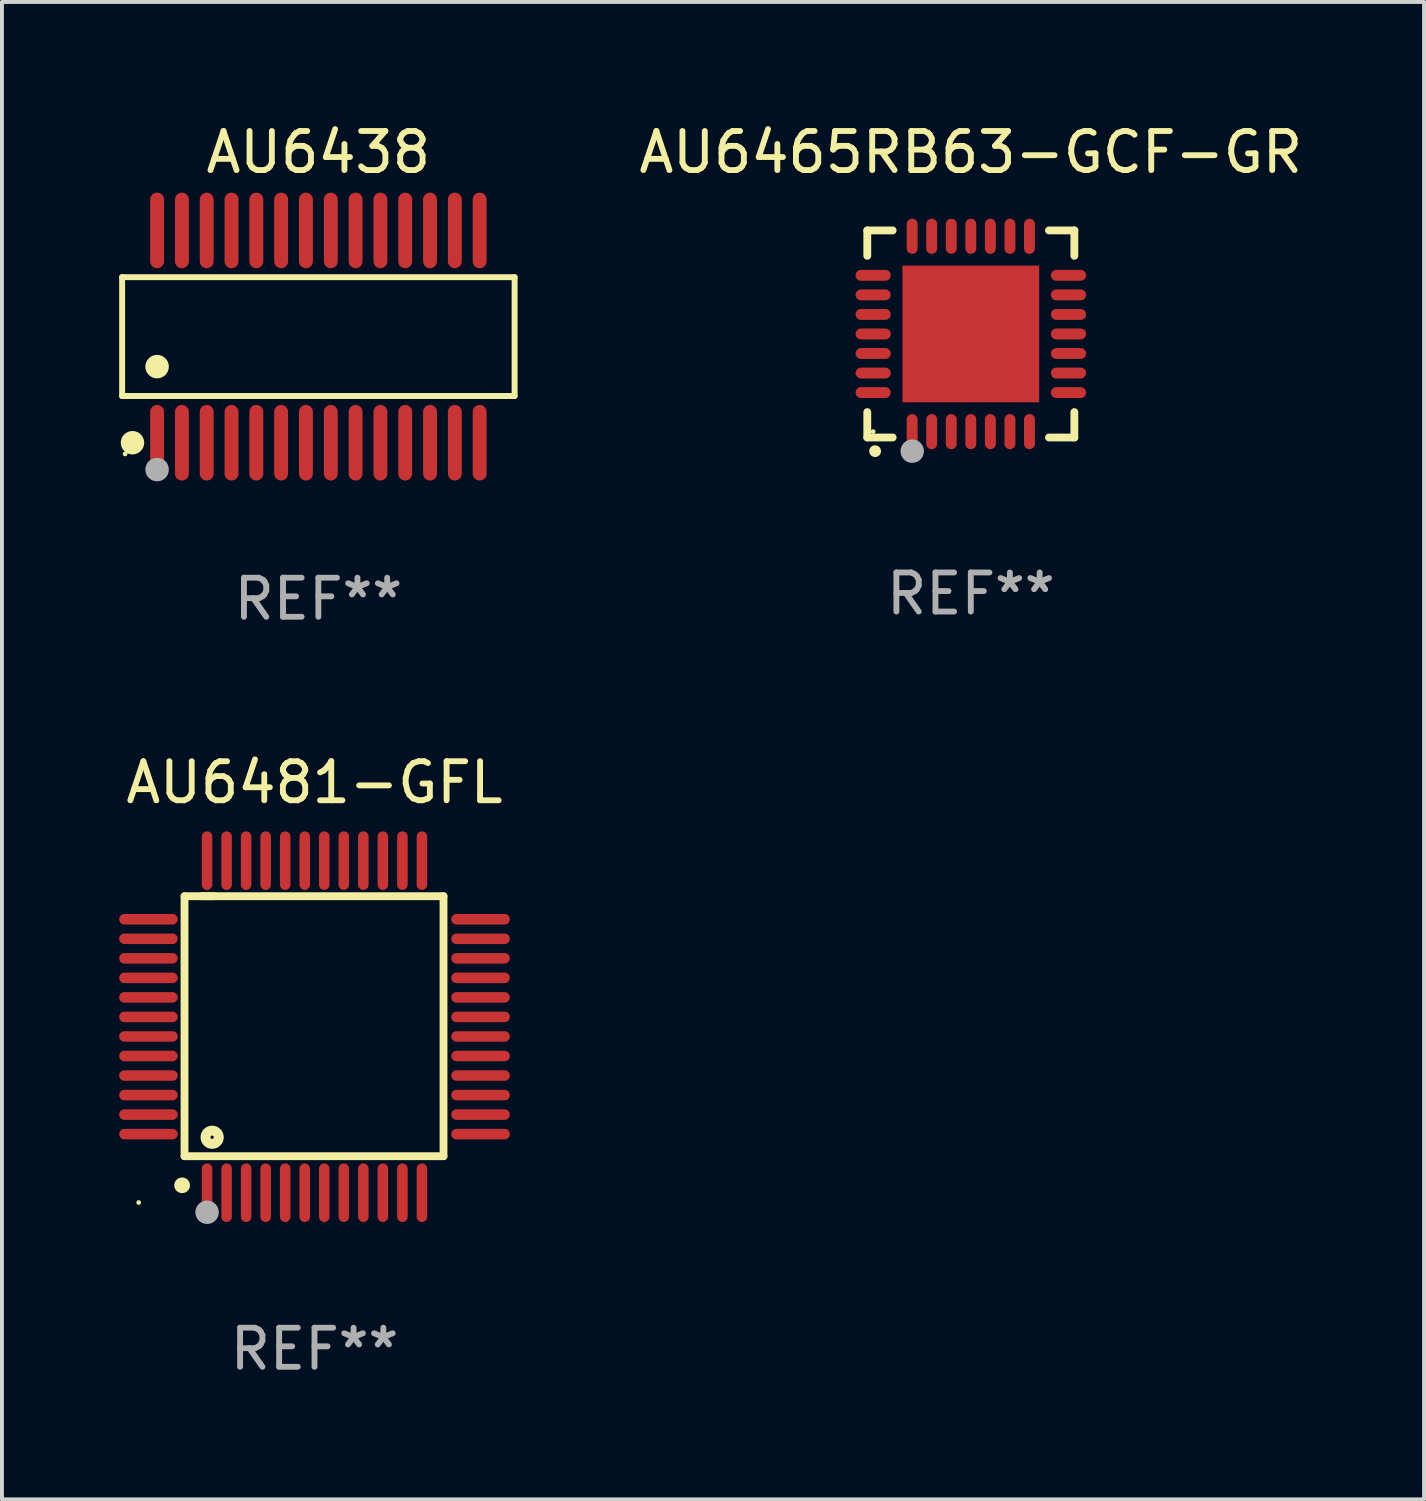
<source format=kicad_pcb>
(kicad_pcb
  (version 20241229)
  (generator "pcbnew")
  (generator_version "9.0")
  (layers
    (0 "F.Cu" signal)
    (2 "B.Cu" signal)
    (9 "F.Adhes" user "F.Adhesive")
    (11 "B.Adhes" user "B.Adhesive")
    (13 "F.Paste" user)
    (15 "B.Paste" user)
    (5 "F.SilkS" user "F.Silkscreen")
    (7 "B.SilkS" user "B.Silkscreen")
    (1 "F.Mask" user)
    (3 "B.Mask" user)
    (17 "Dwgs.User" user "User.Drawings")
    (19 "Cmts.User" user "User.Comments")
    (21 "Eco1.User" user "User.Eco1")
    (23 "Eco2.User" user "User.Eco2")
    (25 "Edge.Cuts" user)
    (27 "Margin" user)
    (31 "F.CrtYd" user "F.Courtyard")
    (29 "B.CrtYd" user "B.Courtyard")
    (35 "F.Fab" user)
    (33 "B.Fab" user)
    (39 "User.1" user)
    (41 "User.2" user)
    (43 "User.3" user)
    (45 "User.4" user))
  (footprint "AU6481-GFL"
    (layer "F.Cu")
    (at 5 23.229)
    (property "Reference" "AU6481-GFL" (at 0 -6.25 0) (layer "F.SilkS") (effects (font (size 1 1) (thickness 0.15))))
    (attr through_hole)
    (fp_line (start -3.327 -3.34) (end -2.565 -3.34) (stroke (width 0.2) (type solid)) (layer "F.SilkS"))
    (fp_line (start -3.327 3.315) (end -3.327 -3.34) (stroke (width 0.2) (type solid)) (layer "F.SilkS"))
    (fp_line (start -2.896 -3.34) (end 3.302 -3.34) (stroke (width 0.2) (type solid)) (layer "F.SilkS"))
    (fp_line (start 3.302 -3.34) (end 3.302 3.315) (stroke (width 0.2) (type solid)) (layer "F.SilkS"))
    (fp_line (start 3.302 3.315) (end -3.327 3.315) (stroke (width 0.2) (type solid)) (layer "F.SilkS"))
    (fp_arc (start -3.389992 4.059995) (mid -3.388722 4.059991) (end -3.387452 4.059995) (stroke (width 0.4) (type solid)) (layer "F.SilkS"))
    (fp_circle (center -4.5 4.5) (end -4.47 4.5) (stroke (width 0.06) (type solid)) (fill no) (layer "F.SilkS"))
    (fp_circle (center -2.62 2.83) (end -2.45 2.83) (stroke (width 0.254) (type solid)) (fill no) (layer "F.SilkS"))
    (fp_circle (center -2.75 4.75) (end -2.6 4.75) (stroke (width 0.3) (type solid)) (fill no) (layer "F.Fab"))
    (fp_text user "REF**" (at 0 8.25 0) (layer "F.Fab") (effects (font (size 1 1) (thickness 0.15))))
    (pad "1" smd oval (at -2.75 4.25) (size 0.27 1.5) (layers "F.Cu" "F.Mask" "F.Paste"))
    (pad "2" smd oval (at -2.25 4.25) (size 0.27 1.5) (layers "F.Cu" "F.Mask" "F.Paste"))
    (pad "3" smd oval (at -1.75 4.25) (size 0.27 1.5) (layers "F.Cu" "F.Mask" "F.Paste"))
    (pad "4" smd oval (at -1.25 4.25) (size 0.27 1.5) (layers "F.Cu" "F.Mask" "F.Paste"))
    (pad "5" smd oval (at -0.75 4.25) (size 0.27 1.5) (layers "F.Cu" "F.Mask" "F.Paste"))
    (pad "6" smd oval (at -0.25 4.25) (size 0.27 1.5) (layers "F.Cu" "F.Mask" "F.Paste"))
    (pad "7" smd oval (at 0.25 4.25) (size 0.27 1.5) (layers "F.Cu" "F.Mask" "F.Paste"))
    (pad "8" smd oval (at 0.75 4.25) (size 0.27 1.5) (layers "F.Cu" "F.Mask" "F.Paste"))
    (pad "9" smd oval (at 1.25 4.25) (size 0.27 1.5) (layers "F.Cu" "F.Mask" "F.Paste"))
    (pad "10" smd oval (at 1.75 4.25) (size 0.27 1.5) (layers "F.Cu" "F.Mask" "F.Paste"))
    (pad "11" smd oval (at 2.25 4.25) (size 0.27 1.5) (layers "F.Cu" "F.Mask" "F.Paste"))
    (pad "12" smd oval (at 2.75 4.25) (size 0.27 1.5) (layers "F.Cu" "F.Mask" "F.Paste"))
    (pad "13" smd oval (at 4.25 2.75) (size 1.5 0.27) (layers "F.Cu" "F.Mask" "F.Paste"))
    (pad "14" smd oval (at 4.25 2.25) (size 1.5 0.27) (layers "F.Cu" "F.Mask" "F.Paste"))
    (pad "15" smd oval (at 4.25 1.75) (size 1.5 0.27) (layers "F.Cu" "F.Mask" "F.Paste"))
    (pad "16" smd oval (at 4.25 1.25) (size 1.5 0.27) (layers "F.Cu" "F.Mask" "F.Paste"))
    (pad "17" smd oval (at 4.25 0.75) (size 1.5 0.27) (layers "F.Cu" "F.Mask" "F.Paste"))
    (pad "18" smd oval (at 4.25 0.25) (size 1.5 0.27) (layers "F.Cu" "F.Mask" "F.Paste"))
    (pad "19" smd oval (at 4.25 -0.25) (size 1.5 0.27) (layers "F.Cu" "F.Mask" "F.Paste"))
    (pad "20" smd oval (at 4.25 -0.75) (size 1.5 0.27) (layers "F.Cu" "F.Mask" "F.Paste"))
    (pad "21" smd oval (at 4.25 -1.25) (size 1.5 0.27) (layers "F.Cu" "F.Mask" "F.Paste"))
    (pad "22" smd oval (at 4.25 -1.75) (size 1.5 0.27) (layers "F.Cu" "F.Mask" "F.Paste"))
    (pad "23" smd oval (at 4.25 -2.25) (size 1.5 0.27) (layers "F.Cu" "F.Mask" "F.Paste"))
    (pad "24" smd oval (at 4.25 -2.75) (size 1.5 0.27) (layers "F.Cu" "F.Mask" "F.Paste"))
    (pad "25" smd oval (at 2.75 -4.25) (size 0.27 1.5) (layers "F.Cu" "F.Mask" "F.Paste"))
    (pad "26" smd oval (at 2.25 -4.25) (size 0.27 1.5) (layers "F.Cu" "F.Mask" "F.Paste"))
    (pad "27" smd oval (at 1.75 -4.25) (size 0.27 1.5) (layers "F.Cu" "F.Mask" "F.Paste"))
    (pad "28" smd oval (at 1.25 -4.25) (size 0.27 1.5) (layers "F.Cu" "F.Mask" "F.Paste"))
    (pad "29" smd oval (at 0.75 -4.25) (size 0.27 1.5) (layers "F.Cu" "F.Mask" "F.Paste"))
    (pad "30" smd oval (at 0.25 -4.25) (size 0.27 1.5) (layers "F.Cu" "F.Mask" "F.Paste"))
    (pad "31" smd oval (at -0.25 -4.25) (size 0.27 1.5) (layers "F.Cu" "F.Mask" "F.Paste"))
    (pad "32" smd oval (at -0.75 -4.25) (size 0.27 1.5) (layers "F.Cu" "F.Mask" "F.Paste"))
    (pad "33" smd oval (at -1.25 -4.25) (size 0.27 1.5) (layers "F.Cu" "F.Mask" "F.Paste"))
    (pad "34" smd oval (at -1.75 -4.25) (size 0.27 1.5) (layers "F.Cu" "F.Mask" "F.Paste"))
    (pad "35" smd oval (at -2.25 -4.25) (size 0.27 1.5) (layers "F.Cu" "F.Mask" "F.Paste"))
    (pad "36" smd oval (at -2.75 -4.25) (size 0.27 1.5) (layers "F.Cu" "F.Mask" "F.Paste"))
    (pad "37" smd oval (at -4.25 -2.75) (size 1.5 0.27) (layers "F.Cu" "F.Mask" "F.Paste"))
    (pad "38" smd oval (at -4.25 -2.25) (size 1.5 0.27) (layers "F.Cu" "F.Mask" "F.Paste"))
    (pad "39" smd oval (at -4.25 -1.75) (size 1.5 0.27) (layers "F.Cu" "F.Mask" "F.Paste"))
    (pad "40" smd oval (at -4.25 -1.25) (size 1.5 0.27) (layers "F.Cu" "F.Mask" "F.Paste"))
    (pad "41" smd oval (at -4.25 -0.75) (size 1.5 0.27) (layers "F.Cu" "F.Mask" "F.Paste"))
    (pad "42" smd oval (at -4.25 -0.25) (size 1.5 0.27) (layers "F.Cu" "F.Mask" "F.Paste"))
    (pad "43" smd oval (at -4.25 0.25) (size 1.5 0.27) (layers "F.Cu" "F.Mask" "F.Paste"))
    (pad "44" smd oval (at -4.25 0.75) (size 1.5 0.27) (layers "F.Cu" "F.Mask" "F.Paste"))
    (pad "45" smd oval (at -4.25 1.25) (size 1.5 0.27) (layers "F.Cu" "F.Mask" "F.Paste"))
    (pad "46" smd oval (at -4.25 1.75) (size 1.5 0.27) (layers "F.Cu" "F.Mask" "F.Paste"))
    (pad "47" smd oval (at -4.25 2.25) (size 1.5 0.27) (layers "F.Cu" "F.Mask" "F.Paste"))
    (pad "48" smd oval (at -4.25 2.75) (size 1.5 0.27) (layers "F.Cu" "F.Mask" "F.Paste")))
  (footprint "AU6438"
    (layer "F.Cu")
    (at 5.099 5.565)
    (property "Reference" "AU6438" (at 0 -4.717 0) (layer "F.SilkS") (effects (font (size 1 1) (thickness 0.15))))
    (attr through_hole)
    (fp_line (start -5.023 -1.521) (end 5.023 -1.521) (stroke (width 0.152) (type solid)) (layer "F.SilkS"))
    (fp_line (start -5.023 1.521) (end -5.023 -1.521) (stroke (width 0.152) (type solid)) (layer "F.SilkS"))
    (fp_line (start 5.023 -1.521) (end 5.023 1.521) (stroke (width 0.152) (type solid)) (layer "F.SilkS"))
    (fp_line (start 5.023 1.521) (end -5.023 1.521) (stroke (width 0.152) (type solid)) (layer "F.SilkS"))
    (fp_circle (center -4.946 3.004) (end -4.916 3.004) (stroke (width 0.06) (type solid)) (fill no) (layer "F.SilkS"))
    (fp_circle (center -4.758 2.717) (end -4.608 2.717) (stroke (width 0.3) (type solid)) (fill no) (layer "F.SilkS"))
    (fp_circle (center -4.128 0.769) (end -3.977 0.769) (stroke (width 0.3) (type solid)) (fill no) (layer "F.SilkS"))
    (fp_circle (center -4.128 3.404) (end -3.977 3.404) (stroke (width 0.3) (type solid)) (fill no) (layer "F.Fab"))
    (fp_text user "REF**" (at 0 6.717 0) (layer "F.Fab") (effects (font (size 1 1) (thickness 0.15))))
    (pad "1" smd oval (at -4.128 2.717) (size 0.356 1.935) (layers "F.Cu" "F.Mask" "F.Paste"))
    (pad "2" smd oval (at -3.493 2.717) (size 0.356 1.935) (layers "F.Cu" "F.Mask" "F.Paste"))
    (pad "3" smd oval (at -2.858 2.717) (size 0.356 1.935) (layers "F.Cu" "F.Mask" "F.Paste"))
    (pad "4" smd oval (at -2.223 2.717) (size 0.356 1.935) (layers "F.Cu" "F.Mask" "F.Paste"))
    (pad "5" smd oval (at -1.588 2.717) (size 0.356 1.935) (layers "F.Cu" "F.Mask" "F.Paste"))
    (pad "6" smd oval (at -0.953 2.717) (size 0.356 1.935) (layers "F.Cu" "F.Mask" "F.Paste"))
    (pad "7" smd oval (at -0.318 2.717) (size 0.356 1.935) (layers "F.Cu" "F.Mask" "F.Paste"))
    (pad "8" smd oval (at 0.318 2.717) (size 0.356 1.935) (layers "F.Cu" "F.Mask" "F.Paste"))
    (pad "9" smd oval (at 0.953 2.717) (size 0.356 1.935) (layers "F.Cu" "F.Mask" "F.Paste"))
    (pad "10" smd oval (at 1.588 2.717) (size 0.356 1.935) (layers "F.Cu" "F.Mask" "F.Paste"))
    (pad "11" smd oval (at 2.223 2.717) (size 0.356 1.935) (layers "F.Cu" "F.Mask" "F.Paste"))
    (pad "12" smd oval (at 2.858 2.717) (size 0.356 1.935) (layers "F.Cu" "F.Mask" "F.Paste"))
    (pad "13" smd oval (at 3.493 2.717) (size 0.356 1.935) (layers "F.Cu" "F.Mask" "F.Paste"))
    (pad "14" smd oval (at 4.128 2.717) (size 0.356 1.935) (layers "F.Cu" "F.Mask" "F.Paste"))
    (pad "15" smd oval (at 4.128 -2.717) (size 0.356 1.935) (layers "F.Cu" "F.Mask" "F.Paste"))
    (pad "16" smd oval (at 3.493 -2.717) (size 0.356 1.935) (layers "F.Cu" "F.Mask" "F.Paste"))
    (pad "17" smd oval (at 2.858 -2.717) (size 0.356 1.935) (layers "F.Cu" "F.Mask" "F.Paste"))
    (pad "18" smd oval (at 2.223 -2.717) (size 0.356 1.935) (layers "F.Cu" "F.Mask" "F.Paste"))
    (pad "19" smd oval (at 1.588 -2.717) (size 0.356 1.935) (layers "F.Cu" "F.Mask" "F.Paste"))
    (pad "20" smd oval (at 0.953 -2.717) (size 0.356 1.935) (layers "F.Cu" "F.Mask" "F.Paste"))
    (pad "21" smd oval (at 0.318 -2.717) (size 0.356 1.935) (layers "F.Cu" "F.Mask" "F.Paste"))
    (pad "22" smd oval (at -0.318 -2.717) (size 0.356 1.935) (layers "F.Cu" "F.Mask" "F.Paste"))
    (pad "23" smd oval (at -0.953 -2.717) (size 0.356 1.935) (layers "F.Cu" "F.Mask" "F.Paste"))
    (pad "24" smd oval (at -1.588 -2.717) (size 0.356 1.935) (layers "F.Cu" "F.Mask" "F.Paste"))
    (pad "25" smd oval (at -2.223 -2.717) (size 0.356 1.935) (layers "F.Cu" "F.Mask" "F.Paste"))
    (pad "26" smd oval (at -2.858 -2.717) (size 0.356 1.935) (layers "F.Cu" "F.Mask" "F.Paste"))
    (pad "27" smd oval (at -3.493 -2.717) (size 0.356 1.935) (layers "F.Cu" "F.Mask" "F.Paste"))
    (pad "28" smd oval (at -4.128 -2.717) (size 0.356 1.935) (layers "F.Cu" "F.Mask" "F.Paste")))
  (footprint "AU6465RB63-GCF-GR"
    (layer "F.Cu")
    (at 21.799 5.498)
    (property "Reference" "AU6465RB63-GCF-GR" (at 0 -4.65 0) (layer "F.SilkS") (effects (font (size 1 1) (thickness 0.15))))
    (attr through_hole)
    (fp_line (start -2.65 -2.65) (end -2.65 -2) (stroke (width 0.2) (type solid)) (layer "F.SilkS"))
    (fp_line (start -2.65 2.65) (end -2.65 2) (stroke (width 0.2) (type solid)) (layer "F.SilkS"))
    (fp_line (start -2 -2.65) (end -2.65 -2.65) (stroke (width 0.2) (type solid)) (layer "F.SilkS"))
    (fp_line (start -2 2.65) (end -2.65 2.65) (stroke (width 0.2) (type solid)) (layer "F.SilkS"))
    (fp_line (start 2 2.65) (end 2.65 2.65) (stroke (width 0.2) (type solid)) (layer "F.SilkS"))
    (fp_line (start 2.65 -2.65) (end 2 -2.65) (stroke (width 0.2) (type solid)) (layer "F.SilkS"))
    (fp_line (start 2.65 -2) (end 2.65 -2.65) (stroke (width 0.2) (type solid)) (layer "F.SilkS"))
    (fp_line (start 2.65 2.65) (end 2.65 2) (stroke (width 0.2) (type solid)) (layer "F.SilkS"))
    (fp_arc (start -2.451105 2.999746) (mid -2.449835 2.999741) (end -2.448565 2.999746) (stroke (width 0.3) (type solid)) (layer "F.SilkS"))
    (fp_circle (center -2.5 2.5) (end -2.47 2.5) (stroke (width 0.06) (type solid)) (fill no) (layer "F.SilkS"))
    (fp_circle (center -1.5 3) (end -1.35 3) (stroke (width 0.3) (type solid)) (fill no) (layer "F.Fab"))
    (fp_text user "REF**" (at 0 6.65 0) (layer "F.Fab") (effects (font (size 1 1) (thickness 0.15))))
    (pad "1" smd oval (at -1.501 2.5 180) (size 0.28 0.9) (layers "F.Cu" "F.Mask" "F.Paste"))
    (pad "2" smd oval (at -1.001 2.5 180) (size 0.28 0.9) (layers "F.Cu" "F.Mask" "F.Paste"))
    (pad "3" smd oval (at -0.5 2.5 180) (size 0.28 0.9) (layers "F.Cu" "F.Mask" "F.Paste"))
    (pad "4" smd oval (at 0.000076 2.5 180) (size 0.28 0.9) (layers "F.Cu" "F.Mask" "F.Paste"))
    (pad "5" smd oval (at 0.5 2.5 180) (size 0.28 0.9) (layers "F.Cu" "F.Mask" "F.Paste"))
    (pad "6" smd oval (at 1.001 2.5 180) (size 0.28 0.9) (layers "F.Cu" "F.Mask" "F.Paste"))
    (pad "7" smd oval (at 1.501 2.5 180) (size 0.28 0.9) (layers "F.Cu" "F.Mask" "F.Paste"))
    (pad "8" smd oval (at 2.5 1.501 90) (size 0.28 0.9) (layers "F.Cu" "F.Mask" "F.Paste"))
    (pad "9" smd oval (at 2.5 1.001 90) (size 0.28 0.9) (layers "F.Cu" "F.Mask" "F.Paste"))
    (pad "10" smd oval (at 2.5 0.5 90) (size 0.28 0.9) (layers "F.Cu" "F.Mask" "F.Paste"))
    (pad "11" smd oval (at 2.5 0.000076 90) (size 0.28 0.9) (layers "F.Cu" "F.Mask" "F.Paste"))
    (pad "12" smd oval (at 2.5 -0.5 90) (size 0.28 0.9) (layers "F.Cu" "F.Mask" "F.Paste"))
    (pad "13" smd oval (at 2.5 -1.001 90) (size 0.28 0.9) (layers "F.Cu" "F.Mask" "F.Paste"))
    (pad "14" smd oval (at 2.5 -1.501 90) (size 0.28 0.9) (layers "F.Cu" "F.Mask" "F.Paste"))
    (pad "15" smd oval (at 1.501 -2.5 180) (size 0.28 0.9) (layers "F.Cu" "F.Mask" "F.Paste"))
    (pad "16" smd oval (at 1.001 -2.5 180) (size 0.28 0.9) (layers "F.Cu" "F.Mask" "F.Paste"))
    (pad "17" smd oval (at 0.5 -2.5 180) (size 0.28 0.9) (layers "F.Cu" "F.Mask" "F.Paste"))
    (pad "18" smd oval (at 0.000076 -2.5 180) (size 0.28 0.9) (layers "F.Cu" "F.Mask" "F.Paste"))
    (pad "19" smd oval (at -0.5 -2.5 180) (size 0.28 0.9) (layers "F.Cu" "F.Mask" "F.Paste"))
    (pad "20" smd oval (at -1.001 -2.5 180) (size 0.28 0.9) (layers "F.Cu" "F.Mask" "F.Paste"))
    (pad "21" smd oval (at -1.501 -2.5 180) (size 0.28 0.9) (layers "F.Cu" "F.Mask" "F.Paste"))
    (pad "22" smd oval (at -2.5 -1.501 90) (size 0.28 0.9) (layers "F.Cu" "F.Mask" "F.Paste"))
    (pad "23" smd oval (at -2.5 -1.001 90) (size 0.28 0.9) (layers "F.Cu" "F.Mask" "F.Paste"))
    (pad "24" smd oval (at -2.5 -0.5 90) (size 0.28 0.9) (layers "F.Cu" "F.Mask" "F.Paste"))
    (pad "25" smd oval (at -2.5 0.000076 90) (size 0.28 0.9) (layers "F.Cu" "F.Mask" "F.Paste"))
    (pad "26" smd oval (at -2.5 0.5 90) (size 0.28 0.9) (layers "F.Cu" "F.Mask" "F.Paste"))
    (pad "27" smd oval (at -2.5 1.001 90) (size 0.28 0.9) (layers "F.Cu" "F.Mask" "F.Paste"))
    (pad "28" smd oval (at -2.5 1.501 90) (size 0.28 0.9) (layers "F.Cu" "F.Mask" "F.Paste"))
    (pad "29" smd rect (at 0.000076 0.000076 90) (size 3.5 3.5) (layers "F.Cu" "F.Mask" "F.Paste")))
  (gr_rect
    (start -3 -3)
    (end 33.4 35.327)
    (stroke (width 0.1) (type default))
    (fill no)
    (layer "Edge.Cuts")))
</source>
